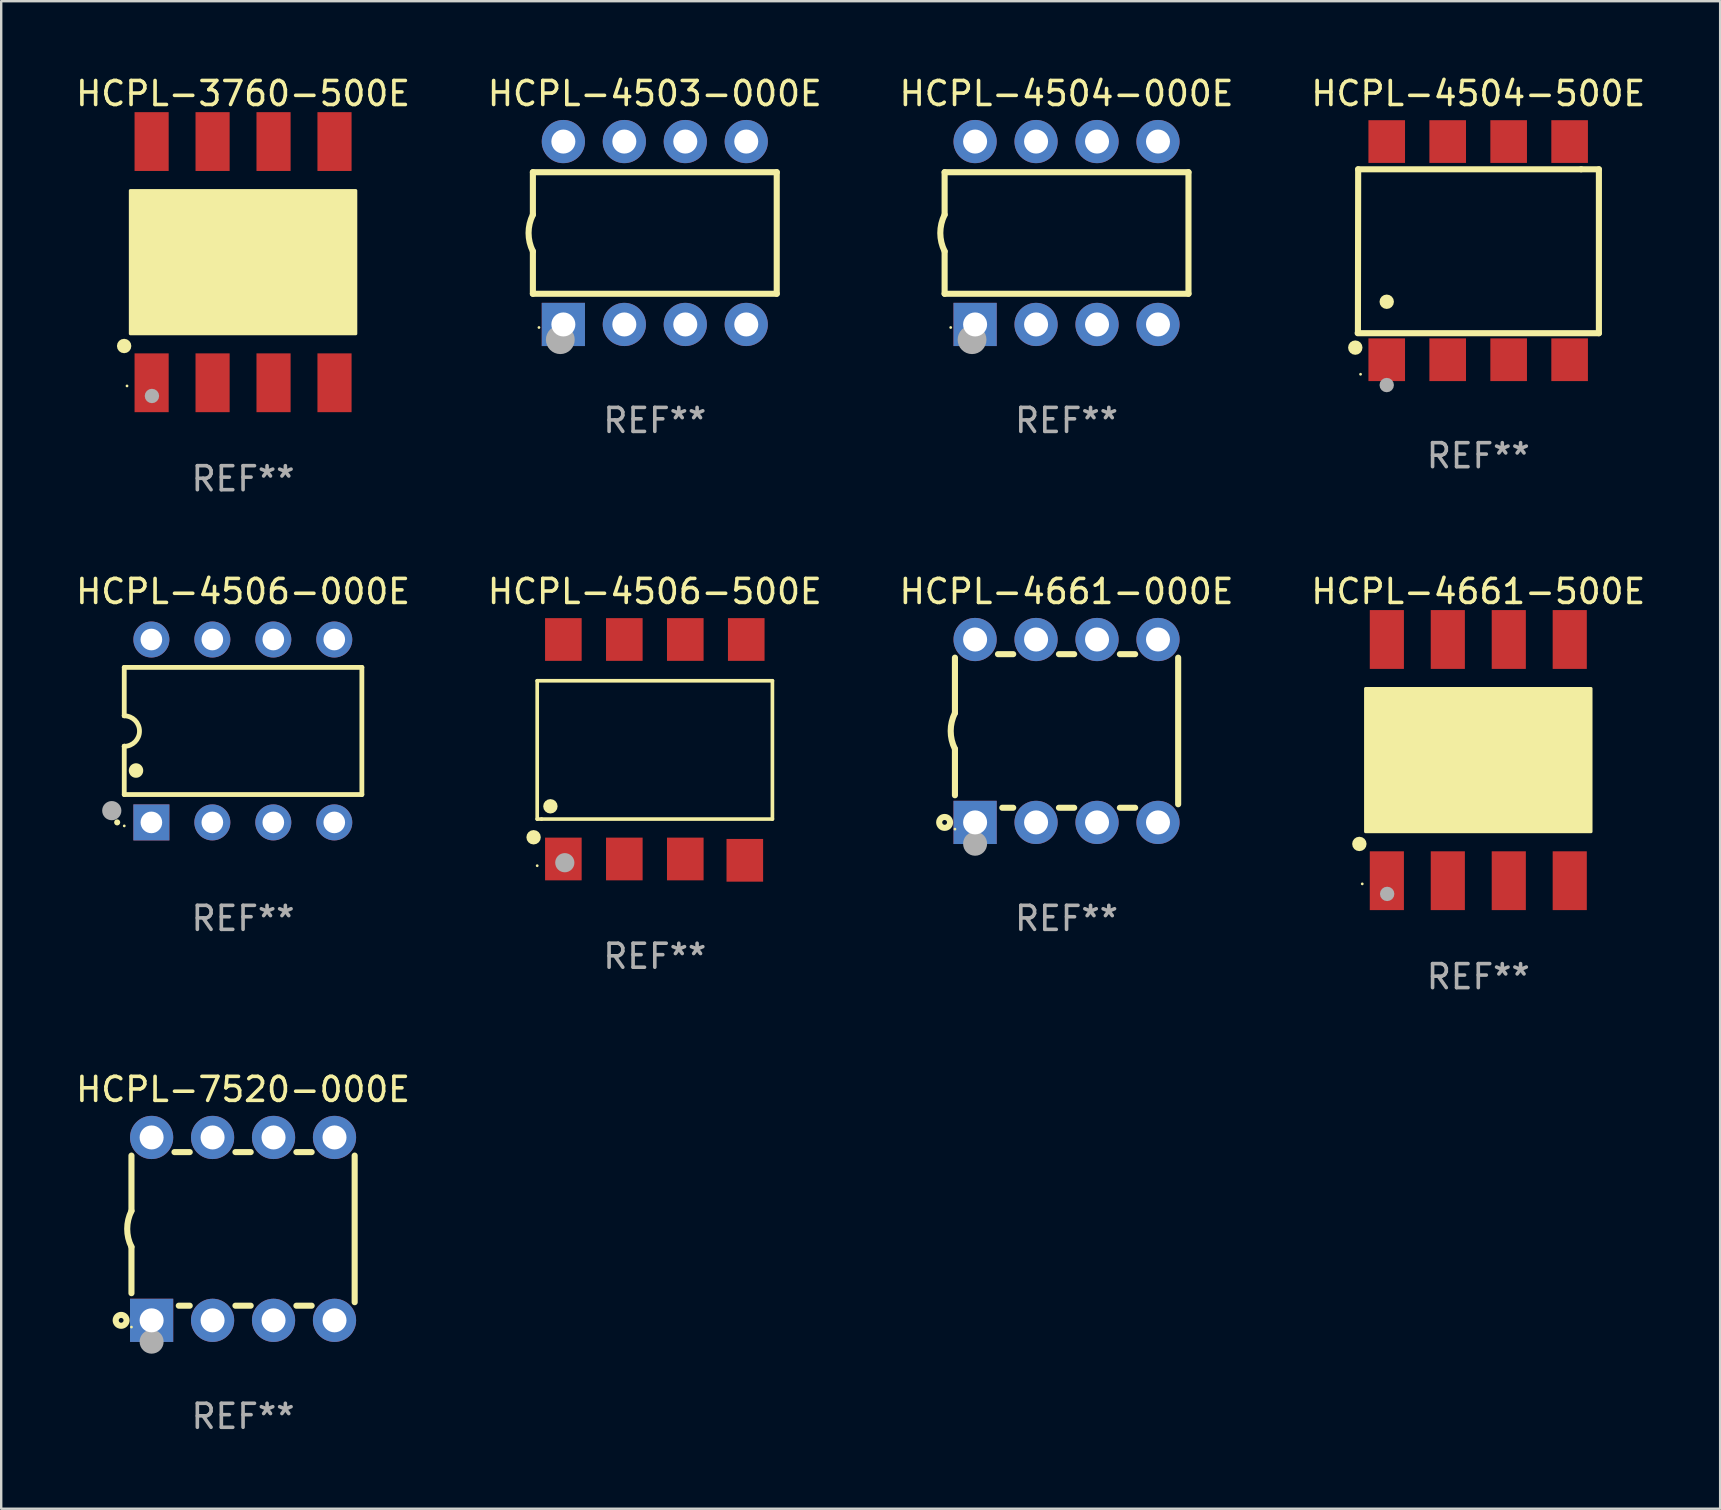
<source format=kicad_pcb>
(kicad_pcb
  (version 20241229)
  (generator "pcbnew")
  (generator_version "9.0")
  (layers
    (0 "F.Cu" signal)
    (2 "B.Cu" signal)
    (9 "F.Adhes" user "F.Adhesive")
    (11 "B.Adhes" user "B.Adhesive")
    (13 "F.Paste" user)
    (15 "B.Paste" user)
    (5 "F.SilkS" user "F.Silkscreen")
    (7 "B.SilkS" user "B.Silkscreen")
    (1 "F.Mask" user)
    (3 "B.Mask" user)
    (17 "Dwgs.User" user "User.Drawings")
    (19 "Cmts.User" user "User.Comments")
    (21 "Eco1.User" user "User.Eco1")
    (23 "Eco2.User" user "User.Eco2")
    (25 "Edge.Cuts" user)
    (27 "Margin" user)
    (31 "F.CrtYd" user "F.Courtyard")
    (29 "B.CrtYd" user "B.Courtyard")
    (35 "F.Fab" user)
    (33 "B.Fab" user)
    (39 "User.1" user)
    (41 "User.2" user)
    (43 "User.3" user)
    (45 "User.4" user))
  (footprint "HCPL-4504-000E"
    (layer "F.Cu")
    (at 41.387 6.658)
    (property "Reference" "HCPL-4504-000E" (at 0 -5.81 0) (layer "F.SilkS") (effects (font (size 1 1) (thickness 0.15))))
    (attr through_hole)
    (fp_line (start -5.08 -2.534) (end 5.08 -2.534) (stroke (width 0.254) (type solid)) (layer "F.SilkS"))
    (fp_line (start -5.08 -0.762) (end -5.08 -2.534) (stroke (width 0.254) (type solid)) (layer "F.SilkS"))
    (fp_line (start -5.08 2.531) (end -5.08 0.762) (stroke (width 0.254) (type solid)) (layer "F.SilkS"))
    (fp_line (start -5.08 2.531) (end 5.08 2.531) (stroke (width 0.254) (type solid)) (layer "F.SilkS"))
    (fp_line (start 5.08 2.531) (end 5.08 -2.534) (stroke (width 0.254) (type solid)) (layer "F.SilkS"))
    (fp_arc (start -5.08001 0.762001) (mid -5.259894 0) (end -5.08001 -0.762002) (stroke (width 0.254001) (type solid)) (layer "F.SilkS"))
    (fp_circle (center -4.826 3.937) (end -4.796 3.937) (stroke (width 0.06) (type solid)) (fill no) (layer "F.SilkS"))
    (fp_circle (center -3.937 4.445) (end -3.637 4.445) (stroke (width 0.6) (type solid)) (fill no) (layer "F.Fab"))
    (fp_text user "REF**" (at 0 7.81 0) (layer "F.Fab") (effects (font (size 1 1) (thickness 0.15))))
    (pad "1" thru_hole rect (at -3.81 3.81) (size 1.8 1.8) (drill 1) (layers "*.Cu" "*.Mask"))
    (pad "2" thru_hole circle (at -1.27 3.81) (size 1.8 1.8) (drill 1) (layers "*.Cu" "*.Mask"))
    (pad "3" thru_hole circle (at 1.27 3.81) (size 1.8 1.8) (drill 1) (layers "*.Cu" "*.Mask"))
    (pad "4" thru_hole circle (at 3.81 3.81) (size 1.8 1.8) (drill 1) (layers "*.Cu" "*.Mask"))
    (pad "5" thru_hole circle (at 3.81 -3.81) (size 1.8 1.8) (drill 1) (layers "*.Cu" "*.Mask"))
    (pad "6" thru_hole circle (at 1.27 -3.81) (size 1.8 1.8) (drill 1) (layers "*.Cu" "*.Mask"))
    (pad "7" thru_hole circle (at -1.27 -3.81) (size 1.8 1.8) (drill 1) (layers "*.Cu" "*.Mask"))
    (pad "8" thru_hole circle (at -3.81 -3.81) (size 1.8 1.8) (drill 1) (layers "*.Cu" "*.Mask")))
  (footprint "HCPL-4506-000E"
    (layer "F.Cu")
    (at 7.077 27.405)
    (property "Reference" "HCPL-4506-000E" (at 0 -5.81 0) (layer "F.SilkS") (effects (font (size 1 1) (thickness 0.15))))
    (attr through_hole)
    (fp_line (start -4.95 -2.649) (end 4.95 -2.649) (stroke (width 0.2) (type solid)) (layer "F.SilkS"))
    (fp_line (start -4.95 -0.635) (end -4.95 -2.649) (stroke (width 0.2) (type solid)) (layer "F.SilkS"))
    (fp_line (start -4.95 0.635) (end -4.95 0.64) (stroke (width 0.2) (type solid)) (layer "F.SilkS"))
    (fp_line (start -4.95 2.649) (end -4.95 0.635) (stroke (width 0.2) (type solid)) (layer "F.SilkS"))
    (fp_line (start -4.95 -0.64) (end -4.95 -0.635) (stroke (width 0.2) (type solid)) (layer "F.SilkS"))
    (fp_line (start 4.95 -2.649) (end 4.95 2.649) (stroke (width 0.2) (type solid)) (layer "F.SilkS"))
    (fp_line (start 4.95 2.649) (end -4.95 2.649) (stroke (width 0.2) (type solid)) (layer "F.SilkS"))
    (fp_arc (start -5.24511 3.810008) (mid -5.245117 3.808738) (end -5.24511 3.807468) (stroke (width 0.25) (type solid)) (layer "F.SilkS"))
    (fp_arc (start -4.950165 -0.629997) (mid -4.315164 0.005004) (end -4.950165 0.640005) (stroke (width 0.2) (type solid)) (layer "F.SilkS"))
    (fp_arc (start -4.460249 1.651003) (mid -4.46026 1.648463) (end -4.460249 1.645923) (stroke (width 0.6) (type solid)) (layer "F.SilkS"))
    (fp_circle (center -4.95 3.956) (end -4.92 3.956) (stroke (width 0.06) (type solid)) (fill no) (layer "F.SilkS"))
    (fp_circle (center -5.47 3.32) (end -5.27 3.32) (stroke (width 0.4) (type solid)) (fill no) (layer "F.Fab"))
    (fp_text user "REF**" (at 0 7.81 0) (layer "F.Fab") (effects (font (size 1 1) (thickness 0.15))))
    (pad "1" thru_hole rect (at -3.82 3.81) (size 1.5 1.5) (drill 0.9) (layers "*.Cu" "*.Mask"))
    (pad "2" thru_hole circle (at -1.28 3.81) (size 1.5 1.5) (drill 0.9) (layers "*.Cu" "*.Mask"))
    (pad "3" thru_hole circle (at 1.26 3.81) (size 1.5 1.5) (drill 0.9) (layers "*.Cu" "*.Mask"))
    (pad "4" thru_hole circle (at 3.8 3.81) (size 1.5 1.5) (drill 0.9) (layers "*.Cu" "*.Mask"))
    (pad "5" thru_hole circle (at 3.8 -3.81) (size 1.5 1.5) (drill 0.9) (layers "*.Cu" "*.Mask"))
    (pad "6" thru_hole circle (at 1.26 -3.81) (size 1.5 1.5) (drill 0.9) (layers "*.Cu" "*.Mask"))
    (pad "7" thru_hole circle (at -1.28 -3.81) (size 1.5 1.5) (drill 0.9) (layers "*.Cu" "*.Mask"))
    (pad "8" thru_hole circle (at -3.82 -3.81) (size 1.5 1.5) (drill 0.9) (layers "*.Cu" "*.Mask")))
  (footprint "HCPL-3760-500E"
    (layer "F.Cu")
    (at 7.077 7.873)
    (property "Reference" "HCPL-3760-500E" (at 0 -7.025 0) (layer "F.SilkS") (effects (font (size 1 1) (thickness 0.15))))
    (attr through_hole)
    (fp_circle (center -4.955 3.493) (end -4.805 3.493) (stroke (width 0.3) (type solid)) (fill no) (layer "F.SilkS"))
    (fp_circle (center -4.835 5.157) (end -4.805 5.157) (stroke (width 0.06) (type solid)) (fill no) (layer "F.SilkS"))
    (fp_poly (pts (xy -4.699 -2.985) (xy 4.699 -2.985) (xy 4.699 2.985) (xy -4.699 2.985)) (stroke (width 0.12) (type solid)) (fill yes) (layer "F.SilkS"))
    (fp_circle (center -3.797 5.575) (end -3.647 5.575) (stroke (width 0.3) (type solid)) (fill no) (layer "F.Fab"))
    (fp_text user "REF**" (at 0 9.025 0) (layer "F.Fab") (effects (font (size 1 1) (thickness 0.15))))
    (pad "1" smd rect (at -3.81 5.025) (size 1.422 2.45) (layers "F.Cu" "F.Mask" "F.Paste"))
    (pad "2" smd rect (at -1.27 5.025) (size 1.422 2.45) (layers "F.Cu" "F.Mask" "F.Paste"))
    (pad "3" smd rect (at 1.27 5.025) (size 1.422 2.45) (layers "F.Cu" "F.Mask" "F.Paste"))
    (pad "4" smd rect (at 3.81 5.025) (size 1.422 2.45) (layers "F.Cu" "F.Mask" "F.Paste"))
    (pad "5" smd rect (at 3.81 -5.025) (size 1.422 2.45) (layers "F.Cu" "F.Mask" "F.Paste"))
    (pad "6" smd rect (at 1.27 -5.025) (size 1.422 2.45) (layers "F.Cu" "F.Mask" "F.Paste"))
    (pad "7" smd rect (at -1.27 -5.025) (size 1.422 2.45) (layers "F.Cu" "F.Mask" "F.Paste"))
    (pad "8" smd rect (at -3.81 -5.025) (size 1.422 2.45) (layers "F.Cu" "F.Mask" "F.Paste")))
  (footprint "HCPL-4661-000E"
    (layer "F.Cu")
    (at 41.387 27.405)
    (property "Reference" "HCPL-4661-000E" (at 0 -5.81 0) (layer "F.SilkS") (effects (font (size 1 1) (thickness 0.15))))
    (attr through_hole)
    (fp_line (start -4.65 0.749) (end -4.65 2.679) (stroke (width 0.254) (type solid)) (layer "F.SilkS"))
    (fp_line (start -4.65 -0.75) (end -4.65 -3.054) (stroke (width 0.254) (type solid)) (layer "F.SilkS"))
    (fp_line (start -2.222 -3.2) (end -2.858 -3.2) (stroke (width 0.254) (type solid)) (layer "F.SilkS"))
    (fp_line (start -2.222 3.2) (end -2.678 3.2) (stroke (width 0.254) (type solid)) (layer "F.SilkS"))
    (fp_line (start 0.318 -3.2) (end -0.318 -3.2) (stroke (width 0.254) (type solid)) (layer "F.SilkS"))
    (fp_line (start 0.318 3.2) (end -0.318 3.2) (stroke (width 0.254) (type solid)) (layer "F.SilkS"))
    (fp_line (start 2.858 -3.2) (end 2.222 -3.2) (stroke (width 0.254) (type solid)) (layer "F.SilkS"))
    (fp_line (start 2.858 3.2) (end 2.222 3.2) (stroke (width 0.254) (type solid)) (layer "F.SilkS"))
    (fp_line (start 4.65 -3.054) (end 4.65 3.054) (stroke (width 0.254) (type solid)) (layer "F.SilkS"))
    (fp_arc (start -4.650381 0.749301) (mid -4.827099 -0.000443) (end -4.649644 -0.750013) (stroke (width 0.254001) (type solid)) (layer "F.SilkS"))
    (fp_circle (center -5.08 3.81) (end -4.98 3.81) (stroke (width 0.254) (type solid)) (fill no) (layer "F.SilkS"))
    (fp_circle (center -4.65 4.09) (end -4.62 4.09) (stroke (width 0.06) (type solid)) (fill no) (layer "F.SilkS"))
    (fp_circle (center -3.81 4.699) (end -3.56 4.699) (stroke (width 0.5) (type solid)) (fill no) (layer "F.Fab"))
    (fp_text user "REF**" (at 0 7.81 0) (layer "F.Fab") (effects (font (size 1 1) (thickness 0.15))))
    (pad "1" thru_hole rect (at -3.81 3.81) (size 1.8 1.8) (drill 1) (layers "*.Cu" "*.Mask"))
    (pad "2" thru_hole circle (at -1.27 3.81) (size 1.8 1.8) (drill 1) (layers "*.Cu" "*.Mask"))
    (pad "3" thru_hole circle (at 1.27 3.81) (size 1.8 1.8) (drill 1) (layers "*.Cu" "*.Mask"))
    (pad "4" thru_hole circle (at 3.81 3.81) (size 1.8 1.8) (drill 1) (layers "*.Cu" "*.Mask"))
    (pad "5" thru_hole circle (at 3.81 -3.81) (size 1.8 1.8) (drill 1) (layers "*.Cu" "*.Mask"))
    (pad "6" thru_hole circle (at 1.27 -3.81) (size 1.8 1.8) (drill 1) (layers "*.Cu" "*.Mask"))
    (pad "7" thru_hole circle (at -1.27 -3.81) (size 1.8 1.8) (drill 1) (layers "*.Cu" "*.Mask"))
    (pad "8" thru_hole circle (at -3.81 -3.81) (size 1.8 1.8) (drill 1) (layers "*.Cu" "*.Mask")))
  (footprint "HCPL-4503-000E"
    (layer "F.Cu")
    (at 24.232 6.658)
    (property "Reference" "HCPL-4503-000E" (at 0 -5.81 0) (layer "F.SilkS") (effects (font (size 1 1) (thickness 0.15))))
    (attr through_hole)
    (fp_line (start -5.08 -2.534) (end 5.08 -2.534) (stroke (width 0.254) (type solid)) (layer "F.SilkS"))
    (fp_line (start -5.08 -0.762) (end -5.08 -2.534) (stroke (width 0.254) (type solid)) (layer "F.SilkS"))
    (fp_line (start -5.08 2.531) (end -5.08 0.762) (stroke (width 0.254) (type solid)) (layer "F.SilkS"))
    (fp_line (start -5.08 2.531) (end 5.08 2.531) (stroke (width 0.254) (type solid)) (layer "F.SilkS"))
    (fp_line (start 5.08 2.531) (end 5.08 -2.534) (stroke (width 0.254) (type solid)) (layer "F.SilkS"))
    (fp_arc (start -5.08001 0.762001) (mid -5.259894 0) (end -5.08001 -0.762002) (stroke (width 0.254001) (type solid)) (layer "F.SilkS"))
    (fp_circle (center -4.826 3.937) (end -4.796 3.937) (stroke (width 0.06) (type solid)) (fill no) (layer "F.SilkS"))
    (fp_circle (center -3.937 4.445) (end -3.637 4.445) (stroke (width 0.6) (type solid)) (fill no) (layer "F.Fab"))
    (fp_text user "REF**" (at 0 7.81 0) (layer "F.Fab") (effects (font (size 1 1) (thickness 0.15))))
    (pad "1" thru_hole rect (at -3.81 3.81) (size 1.8 1.8) (drill 1) (layers "*.Cu" "*.Mask"))
    (pad "2" thru_hole circle (at -1.27 3.81) (size 1.8 1.8) (drill 1) (layers "*.Cu" "*.Mask"))
    (pad "3" thru_hole circle (at 1.27 3.81) (size 1.8 1.8) (drill 1) (layers "*.Cu" "*.Mask"))
    (pad "4" thru_hole circle (at 3.81 3.81) (size 1.8 1.8) (drill 1) (layers "*.Cu" "*.Mask"))
    (pad "5" thru_hole circle (at 3.81 -3.81) (size 1.8 1.8) (drill 1) (layers "*.Cu" "*.Mask"))
    (pad "6" thru_hole circle (at 1.27 -3.81) (size 1.8 1.8) (drill 1) (layers "*.Cu" "*.Mask"))
    (pad "7" thru_hole circle (at -1.27 -3.81) (size 1.8 1.8) (drill 1) (layers "*.Cu" "*.Mask"))
    (pad "8" thru_hole circle (at -3.81 -3.81) (size 1.8 1.8) (drill 1) (layers "*.Cu" "*.Mask")))
  (footprint "HCPL-4506-500E"
    (layer "F.Cu")
    (at 24.232 28.194)
    (property "Reference" "HCPL-4506-500E" (at 0 -6.6 0) (layer "F.SilkS") (effects (font (size 1 1) (thickness 0.15))))
    (attr through_hole)
    (fp_line (start -4.9 -2.881) (end 4.9 -2.881) (stroke (width 0.152) (type solid)) (layer "F.SilkS"))
    (fp_line (start -4.9 2.882) (end -4.9 -2.881) (stroke (width 0.152) (type solid)) (layer "F.SilkS"))
    (fp_line (start -4.719 2.882) (end -4.9 2.882) (stroke (width 0.152) (type solid)) (layer "F.SilkS"))
    (fp_line (start 4.9 -2.881) (end 4.9 2.882) (stroke (width 0.152) (type solid)) (layer "F.SilkS"))
    (fp_line (start 4.9 2.882) (end -4.719 2.882) (stroke (width 0.152) (type solid)) (layer "F.SilkS"))
    (fp_circle (center -5.05 3.64) (end -4.9 3.64) (stroke (width 0.3) (type solid)) (fill no) (layer "F.SilkS"))
    (fp_circle (center -4.9 4.825) (end -4.87 4.825) (stroke (width 0.06) (type solid)) (fill no) (layer "F.SilkS"))
    (fp_circle (center -4.35 2.35) (end -4.2 2.35) (stroke (width 0.3) (type solid)) (fill no) (layer "F.SilkS"))
    (fp_circle (center -3.75 4.7) (end -3.55 4.7) (stroke (width 0.4) (type solid)) (fill no) (layer "F.Fab"))
    (fp_text user "REF**" (at 0 8.6 0) (layer "F.Fab") (effects (font (size 1 1) (thickness 0.15))))
    (pad "1" smd rect (at -3.81 4.545) (size 1.525 1.78) (layers "F.Cu" "F.Mask" "F.Paste"))
    (pad "2" smd rect (at -1.27 4.545) (size 1.525 1.78) (layers "F.Cu" "F.Mask" "F.Paste"))
    (pad "3" smd rect (at 1.27 4.545) (size 1.525 1.78) (layers "F.Cu" "F.Mask" "F.Paste"))
    (pad "4" smd rect (at 3.75 4.6) (size 1.525 1.78) (layers "F.Cu" "F.Mask" "F.Paste"))
    (pad "5" smd rect (at 3.81 -4.6) (size 1.525 1.78) (layers "F.Cu" "F.Mask" "F.Paste"))
    (pad "6" smd rect (at 1.27 -4.6) (size 1.525 1.78) (layers "F.Cu" "F.Mask" "F.Paste"))
    (pad "7" smd rect (at -1.27 -4.6) (size 1.525 1.78) (layers "F.Cu" "F.Mask" "F.Paste"))
    (pad "8" smd rect (at -3.81 -4.6) (size 1.525 1.78) (layers "F.Cu" "F.Mask" "F.Paste")))
  (footprint "HCPL-7520-000E"
    (layer "F.Cu")
    (at 7.077 48.151)
    (property "Reference" "HCPL-7520-000E" (at 0 -5.81 0) (layer "F.SilkS") (effects (font (size 1 1) (thickness 0.15))))
    (attr through_hole)
    (fp_line (start -4.65 0.749) (end -4.65 2.679) (stroke (width 0.254) (type solid)) (layer "F.SilkS"))
    (fp_line (start -4.65 -0.75) (end -4.65 -3.054) (stroke (width 0.254) (type solid)) (layer "F.SilkS"))
    (fp_line (start -2.222 -3.2) (end -2.858 -3.2) (stroke (width 0.254) (type solid)) (layer "F.SilkS"))
    (fp_line (start -2.222 3.2) (end -2.678 3.2) (stroke (width 0.254) (type solid)) (layer "F.SilkS"))
    (fp_line (start 0.318 -3.2) (end -0.318 -3.2) (stroke (width 0.254) (type solid)) (layer "F.SilkS"))
    (fp_line (start 0.318 3.2) (end -0.318 3.2) (stroke (width 0.254) (type solid)) (layer "F.SilkS"))
    (fp_line (start 2.858 -3.2) (end 2.222 -3.2) (stroke (width 0.254) (type solid)) (layer "F.SilkS"))
    (fp_line (start 2.858 3.2) (end 2.222 3.2) (stroke (width 0.254) (type solid)) (layer "F.SilkS"))
    (fp_line (start 4.65 -3.054) (end 4.65 3.054) (stroke (width 0.254) (type solid)) (layer "F.SilkS"))
    (fp_arc (start -4.650381 0.749301) (mid -4.827099 -0.000443) (end -4.649644 -0.750013) (stroke (width 0.254001) (type solid)) (layer "F.SilkS"))
    (fp_circle (center -5.08 3.81) (end -4.98 3.81) (stroke (width 0.254) (type solid)) (fill no) (layer "F.SilkS"))
    (fp_circle (center -4.65 4.09) (end -4.62 4.09) (stroke (width 0.06) (type solid)) (fill no) (layer "F.SilkS"))
    (fp_circle (center -3.81 4.699) (end -3.56 4.699) (stroke (width 0.5) (type solid)) (fill no) (layer "F.Fab"))
    (fp_text user "REF**" (at 0 7.81 0) (layer "F.Fab") (effects (font (size 1 1) (thickness 0.15))))
    (pad "1" thru_hole rect (at -3.81 3.81) (size 1.8 1.8) (drill 1) (layers "*.Cu" "*.Mask"))
    (pad "2" thru_hole circle (at -1.27 3.81) (size 1.8 1.8) (drill 1) (layers "*.Cu" "*.Mask"))
    (pad "3" thru_hole circle (at 1.27 3.81) (size 1.8 1.8) (drill 1) (layers "*.Cu" "*.Mask"))
    (pad "4" thru_hole circle (at 3.81 3.81) (size 1.8 1.8) (drill 1) (layers "*.Cu" "*.Mask"))
    (pad "5" thru_hole circle (at 3.81 -3.81) (size 1.8 1.8) (drill 1) (layers "*.Cu" "*.Mask"))
    (pad "6" thru_hole circle (at 1.27 -3.81) (size 1.8 1.8) (drill 1) (layers "*.Cu" "*.Mask"))
    (pad "7" thru_hole circle (at -1.27 -3.81) (size 1.8 1.8) (drill 1) (layers "*.Cu" "*.Mask"))
    (pad "8" thru_hole circle (at -3.81 -3.81) (size 1.8 1.8) (drill 1) (layers "*.Cu" "*.Mask")))
  (footprint "HCPL-4504-500E"
    (layer "F.Cu")
    (at 58.542 7.393)
    (property "Reference" "HCPL-4504-500E" (at 0 -6.545 0) (layer "F.SilkS") (effects (font (size 1 1) (thickness 0.15))))
    (attr through_hole)
    (fp_line (start -5.005 -3.39) (end -5.015 3.42) (stroke (width 0.254) (type solid)) (layer "F.SilkS"))
    (fp_line (start 4.285 -3.39) (end -5.005 -3.39) (stroke (width 0.254) (type solid)) (layer "F.SilkS"))
    (fp_line (start 4.285 -3.39) (end 5.025 -3.39) (stroke (width 0.254) (type solid)) (layer "F.SilkS"))
    (fp_line (start 5.025 -3.39) (end 5.025 3.44) (stroke (width 0.254) (type solid)) (layer "F.SilkS"))
    (fp_line (start 5.025 3.44) (end -5.025 3.44) (stroke (width 0.254) (type solid)) (layer "F.SilkS"))
    (fp_circle (center -5.125 4.04) (end -4.975 4.04) (stroke (width 0.3) (type solid)) (fill no) (layer "F.SilkS"))
    (fp_circle (center -4.905 5.15) (end -4.875 5.15) (stroke (width 0.06) (type solid)) (fill no) (layer "F.SilkS"))
    (fp_circle (center -3.815 2.129) (end -3.665 2.129) (stroke (width 0.3) (type solid)) (fill no) (layer "F.SilkS"))
    (fp_circle (center -3.815 5.6) (end -3.665 5.6) (stroke (width 0.3) (type solid)) (fill no) (layer "F.Fab"))
    (fp_text user "REF**" (at 0 8.545 0) (layer "F.Fab") (effects (font (size 1 1) (thickness 0.15))))
    (pad "1" smd rect (at -3.815 4.545) (size 1.525 1.78) (layers "F.Cu" "F.Mask" "F.Paste"))
    (pad "2" smd rect (at -1.275 4.545) (size 1.525 1.78) (layers "F.Cu" "F.Mask" "F.Paste"))
    (pad "3" smd rect (at 1.265 4.545) (size 1.525 1.78) (layers "F.Cu" "F.Mask" "F.Paste"))
    (pad "4" smd rect (at 3.805 4.545) (size 1.525 1.78) (layers "F.Cu" "F.Mask" "F.Paste"))
    (pad "5" smd rect (at 3.805 -4.545) (size 1.525 1.78) (layers "F.Cu" "F.Mask" "F.Paste"))
    (pad "6" smd rect (at 1.265 -4.545) (size 1.525 1.78) (layers "F.Cu" "F.Mask" "F.Paste"))
    (pad "7" smd rect (at -1.275 -4.545) (size 1.525 1.78) (layers "F.Cu" "F.Mask" "F.Paste"))
    (pad "8" smd rect (at -3.815 -4.545) (size 1.525 1.78) (layers "F.Cu" "F.Mask" "F.Paste")))
  (footprint "HCPL-4661-500E"
    (layer "F.Cu")
    (at 58.542 28.619)
    (property "Reference" "HCPL-4661-500E" (at 0 -7.025 0) (layer "F.SilkS") (effects (font (size 1 1) (thickness 0.15))))
    (attr through_hole)
    (fp_circle (center -4.955 3.493) (end -4.805 3.493) (stroke (width 0.3) (type solid)) (fill no) (layer "F.SilkS"))
    (fp_circle (center -4.835 5.157) (end -4.805 5.157) (stroke (width 0.06) (type solid)) (fill no) (layer "F.SilkS"))
    (fp_poly (pts (xy -4.699 -2.985) (xy 4.699 -2.985) (xy 4.699 2.985) (xy -4.699 2.985)) (stroke (width 0.12) (type solid)) (fill yes) (layer "F.SilkS"))
    (fp_circle (center -3.797 5.575) (end -3.647 5.575) (stroke (width 0.3) (type solid)) (fill no) (layer "F.Fab"))
    (fp_text user "REF**" (at 0 9.025 0) (layer "F.Fab") (effects (font (size 1 1) (thickness 0.15))))
    (pad "1" smd rect (at -3.81 5.025) (size 1.422 2.45) (layers "F.Cu" "F.Mask" "F.Paste"))
    (pad "2" smd rect (at -1.27 5.025) (size 1.422 2.45) (layers "F.Cu" "F.Mask" "F.Paste"))
    (pad "3" smd rect (at 1.27 5.025) (size 1.422 2.45) (layers "F.Cu" "F.Mask" "F.Paste"))
    (pad "4" smd rect (at 3.81 5.025) (size 1.422 2.45) (layers "F.Cu" "F.Mask" "F.Paste"))
    (pad "5" smd rect (at 3.81 -5.025) (size 1.422 2.45) (layers "F.Cu" "F.Mask" "F.Paste"))
    (pad "6" smd rect (at 1.27 -5.025) (size 1.422 2.45) (layers "F.Cu" "F.Mask" "F.Paste"))
    (pad "7" smd rect (at -1.27 -5.025) (size 1.422 2.45) (layers "F.Cu" "F.Mask" "F.Paste"))
    (pad "8" smd rect (at -3.81 -5.025) (size 1.422 2.45) (layers "F.Cu" "F.Mask" "F.Paste")))
  (gr_rect
    (start -3 -3)
    (end 68.619 59.809)
    (stroke (width 0.1) (type default))
    (fill no)
    (layer "Edge.Cuts")))
</source>
